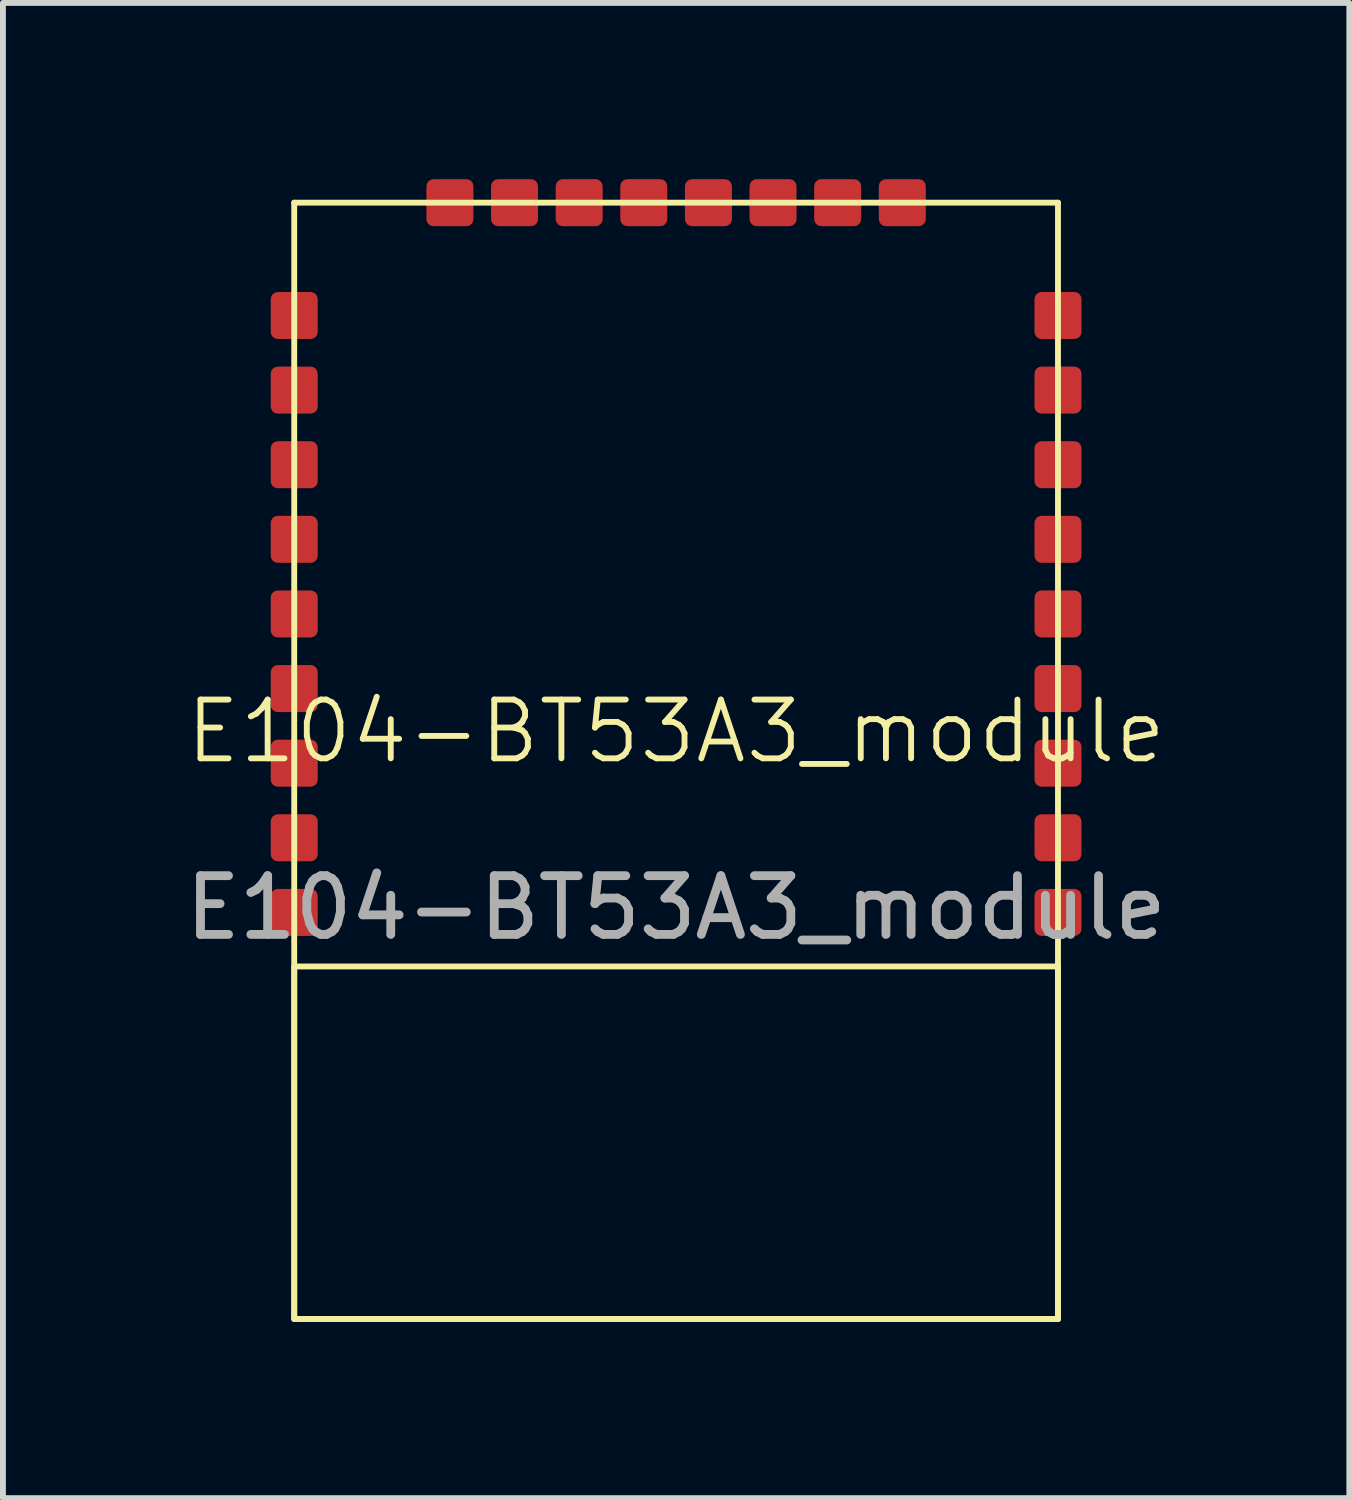
<source format=kicad_pcb>
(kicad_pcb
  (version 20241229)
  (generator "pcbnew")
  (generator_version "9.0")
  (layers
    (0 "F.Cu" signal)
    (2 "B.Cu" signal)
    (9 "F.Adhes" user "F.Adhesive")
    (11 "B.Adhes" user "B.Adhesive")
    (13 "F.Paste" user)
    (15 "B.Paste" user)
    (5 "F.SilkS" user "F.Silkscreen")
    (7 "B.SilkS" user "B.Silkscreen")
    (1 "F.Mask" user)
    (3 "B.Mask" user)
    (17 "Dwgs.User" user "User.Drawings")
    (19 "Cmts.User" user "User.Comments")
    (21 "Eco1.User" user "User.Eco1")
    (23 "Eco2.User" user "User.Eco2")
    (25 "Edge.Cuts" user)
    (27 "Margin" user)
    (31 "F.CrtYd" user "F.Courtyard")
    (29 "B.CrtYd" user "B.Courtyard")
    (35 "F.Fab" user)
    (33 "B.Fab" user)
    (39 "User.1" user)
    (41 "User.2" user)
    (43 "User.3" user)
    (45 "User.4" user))
  (footprint "E104-BT53A3_module"
    (layer "F.Cu")
    (at 8.458 9.9)
    (property "Reference" "E104-BT53A3_module" (at 0 -0.5 0) (unlocked yes) (layer "F.SilkS") (effects (font (size 1 1) (thickness 0.1))))
    (attr smd)
    (fp_line (start -6.5 -9.5) (end 6.5 -9.5) (stroke (width 0.1) (type default)) (layer "F.SilkS"))
    (fp_line (start -6.5 9.5) (end -6.5 -9.5) (stroke (width 0.1) (type default)) (layer "F.SilkS"))
    (fp_line (start 6.5 -9.5) (end 6.5 9.5) (stroke (width 0.1) (type default)) (layer "F.SilkS"))
    (fp_line (start 6.5 9.5) (end -6.5 9.5) (stroke (width 0.1) (type default)) (layer "F.SilkS"))
    (fp_rect (start -6.5 3.5) (end 6.5 9.5) (stroke (width 0.1) (type default)) (fill no) (layer "F.SilkS"))
    (fp_text user "${REFERENCE}" (at 0 2.5 0) (unlocked yes) (layer "F.Fab") (effects (font (size 1 1) (thickness 0.15))))
    (pad "1" smd roundrect (at 6.5 2.58) (size 0.8 0.8) (layers "F.Cu" "F.Mask" "F.Paste") (roundrect_rratio 0.15))
    (pad "2" smd roundrect (at 6.5 1.31) (size 0.8 0.8) (layers "F.Cu" "F.Mask" "F.Paste") (roundrect_rratio 0.15))
    (pad "3" smd roundrect (at 6.5 0.04) (size 0.8 0.8) (layers "F.Cu" "F.Mask" "F.Paste") (roundrect_rratio 0.15))
    (pad "4" smd roundrect (at 6.5 -1.23) (size 0.8 0.8) (layers "F.Cu" "F.Mask" "F.Paste") (roundrect_rratio 0.15))
    (pad "5" smd roundrect (at 6.5 -2.5) (size 0.8 0.8) (layers "F.Cu" "F.Mask" "F.Paste") (roundrect_rratio 0.15))
    (pad "6" smd roundrect (at 6.5 -3.77) (size 0.8 0.8) (layers "F.Cu" "F.Mask" "F.Paste") (roundrect_rratio 0.15))
    (pad "7" smd roundrect (at 6.5 -5.04) (size 0.8 0.8) (layers "F.Cu" "F.Mask" "F.Paste") (roundrect_rratio 0.15))
    (pad "8" smd roundrect (at 6.5 -6.31) (size 0.8 0.8) (layers "F.Cu" "F.Mask" "F.Paste") (roundrect_rratio 0.15))
    (pad "9" smd roundrect (at 6.5 -7.58) (size 0.8 0.8) (layers "F.Cu" "F.Mask" "F.Paste") (roundrect_rratio 0.15))
    (pad "10" smd roundrect (at 3.85 -9.5) (size 0.8 0.8) (layers "F.Cu" "F.Mask" "F.Paste") (roundrect_rratio 0.15))
    (pad "11" smd roundrect (at 2.75 -9.5) (size 0.8 0.8) (layers "F.Cu" "F.Mask" "F.Paste") (roundrect_rratio 0.15))
    (pad "12" smd roundrect (at 1.65 -9.5) (size 0.8 0.8) (layers "F.Cu" "F.Mask" "F.Paste") (roundrect_rratio 0.15))
    (pad "13" smd roundrect (at 0.55 -9.5) (size 0.8 0.8) (layers "F.Cu" "F.Mask" "F.Paste") (roundrect_rratio 0.15))
    (pad "14" smd roundrect (at -0.55 -9.5) (size 0.8 0.8) (layers "F.Cu" "F.Mask" "F.Paste") (roundrect_rratio 0.15))
    (pad "15" smd roundrect (at -1.65 -9.5) (size 0.8 0.8) (layers "F.Cu" "F.Mask" "F.Paste") (roundrect_rratio 0.15))
    (pad "16" smd roundrect (at -2.75 -9.5) (size 0.8 0.8) (layers "F.Cu" "F.Mask" "F.Paste") (roundrect_rratio 0.15))
    (pad "17" smd roundrect (at -3.85 -9.5) (size 0.8 0.8) (layers "F.Cu" "F.Mask" "F.Paste") (roundrect_rratio 0.15))
    (pad "18" smd roundrect (at -6.5 -7.58) (size 0.8 0.8) (layers "F.Cu" "F.Mask" "F.Paste") (roundrect_rratio 0.15))
    (pad "19" smd roundrect (at -6.5 -6.31) (size 0.8 0.8) (layers "F.Cu" "F.Mask" "F.Paste") (roundrect_rratio 0.15))
    (pad "20" smd roundrect (at -6.5 -5.04) (size 0.8 0.8) (layers "F.Cu" "F.Mask" "F.Paste") (roundrect_rratio 0.15))
    (pad "21" smd roundrect (at -6.5 -3.77) (size 0.8 0.8) (layers "F.Cu" "F.Mask" "F.Paste") (roundrect_rratio 0.15))
    (pad "22" smd roundrect (at -6.5 -2.5) (size 0.8 0.8) (layers "F.Cu" "F.Mask" "F.Paste") (roundrect_rratio 0.15))
    (pad "23" smd roundrect (at -6.5 -1.23) (size 0.8 0.8) (layers "F.Cu" "F.Mask" "F.Paste") (roundrect_rratio 0.15))
    (pad "24" smd roundrect (at -6.5 0.04) (size 0.8 0.8) (layers "F.Cu" "F.Mask" "F.Paste") (roundrect_rratio 0.15))
    (pad "25" smd roundrect (at -6.5 1.31) (size 0.8 0.8) (layers "F.Cu" "F.Mask" "F.Paste") (roundrect_rratio 0.15))
    (pad "26" smd roundrect (at -6.5 2.58) (size 0.8 0.8) (layers "F.Cu" "F.Mask" "F.Paste") (roundrect_rratio 0.15))
    (zone (net_name "") (layer "F.SilkS") (hatch edge 0.5) (connect_pads) (min_thickness 0.25) (filled_areas_thickness no) (keepout (tracks allowed) (vias allowed) (pads not_allowed) (copperpour allowed) (footprints not_allowed)) (placement (enabled no)) (fill) (polygon (pts (xy 1.958 0.4) (xy 14.958 0.4) (xy 14.958 19.4) (xy 1.958 19.4))))
    (zone (net_name "") (layer "F.SilkS") (hatch edge 0.5) (connect_pads) (min_thickness 0.25) (filled_areas_thickness no) (keepout (tracks not_allowed) (vias not_allowed) (pads not_allowed) (copperpour not_allowed) (footprints not_allowed)) (placement (enabled no)) (fill) (polygon (pts (xy 1.958 13.4) (xy 14.958 13.4) (xy 14.958 19.4) (xy 1.958 19.4)))))
  (gr_rect
    (start -3 -3)
    (end 19.917 22.45)
    (stroke (width 0.1) (type default))
    (fill no)
    (layer "Edge.Cuts")))
</source>
